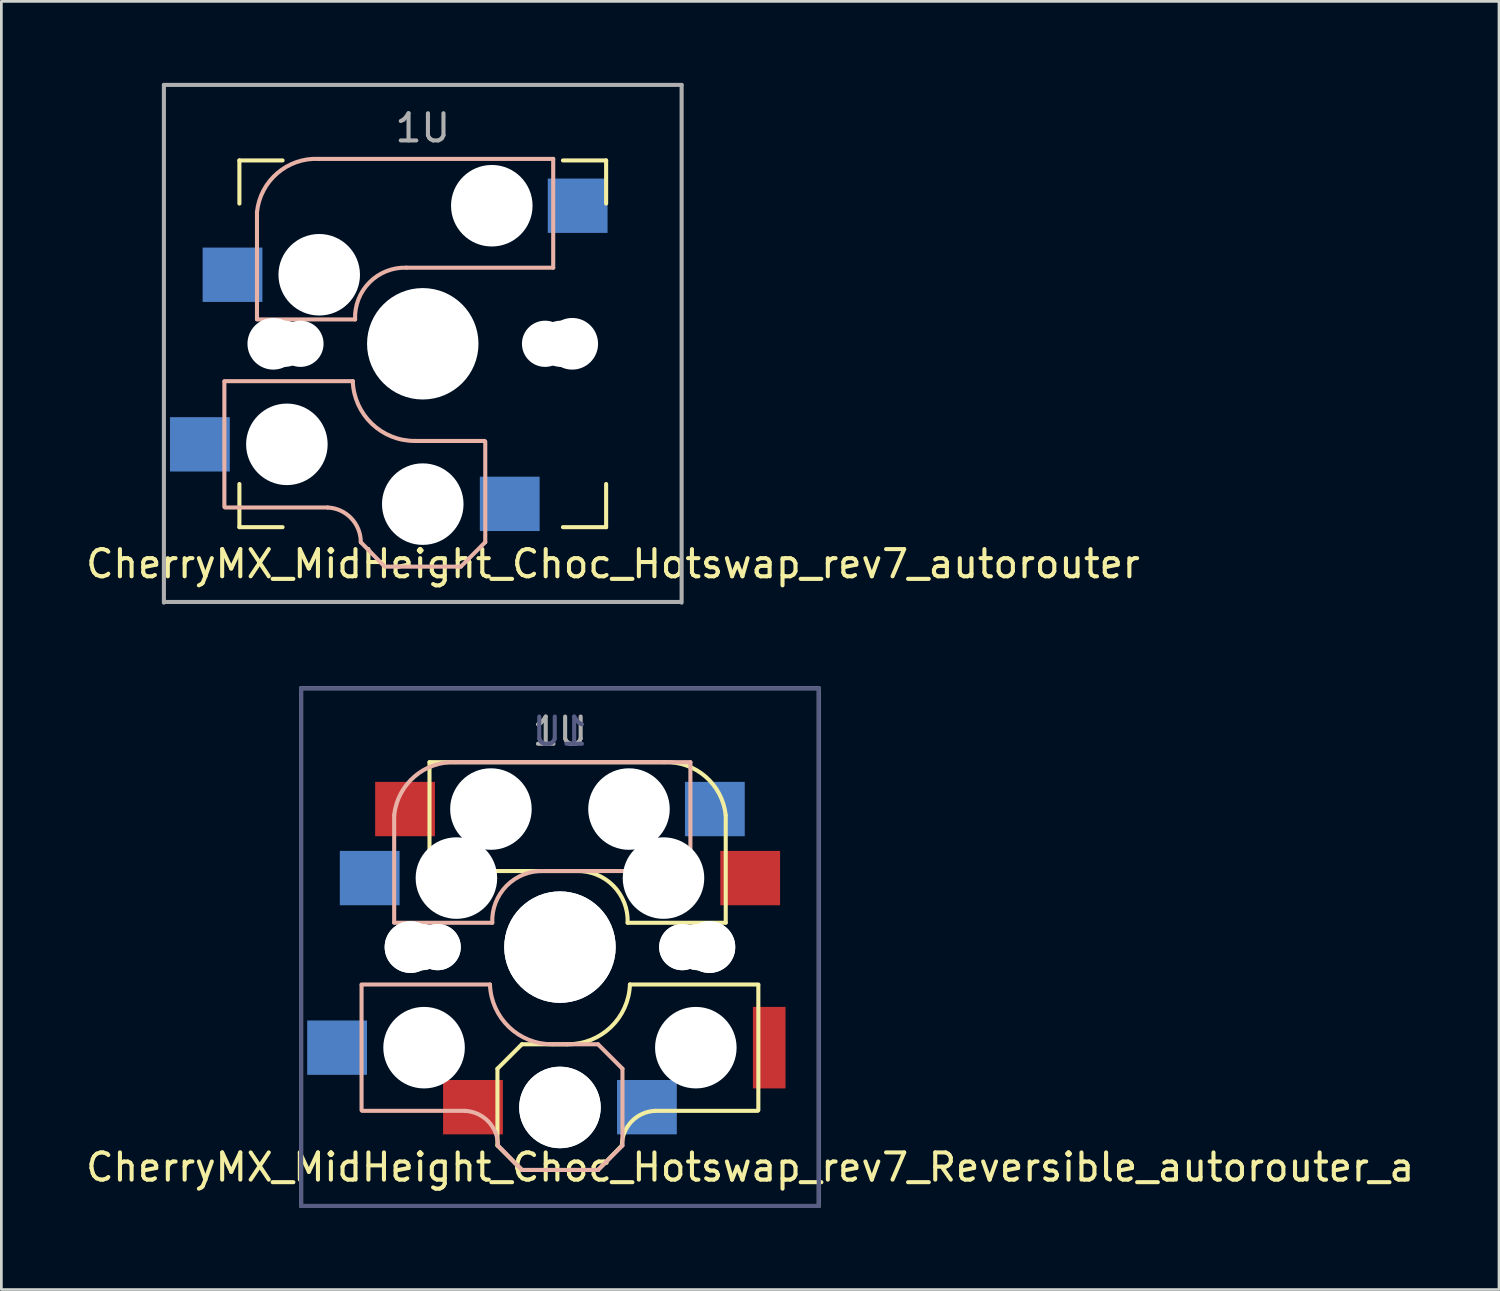
<source format=kicad_pcb>
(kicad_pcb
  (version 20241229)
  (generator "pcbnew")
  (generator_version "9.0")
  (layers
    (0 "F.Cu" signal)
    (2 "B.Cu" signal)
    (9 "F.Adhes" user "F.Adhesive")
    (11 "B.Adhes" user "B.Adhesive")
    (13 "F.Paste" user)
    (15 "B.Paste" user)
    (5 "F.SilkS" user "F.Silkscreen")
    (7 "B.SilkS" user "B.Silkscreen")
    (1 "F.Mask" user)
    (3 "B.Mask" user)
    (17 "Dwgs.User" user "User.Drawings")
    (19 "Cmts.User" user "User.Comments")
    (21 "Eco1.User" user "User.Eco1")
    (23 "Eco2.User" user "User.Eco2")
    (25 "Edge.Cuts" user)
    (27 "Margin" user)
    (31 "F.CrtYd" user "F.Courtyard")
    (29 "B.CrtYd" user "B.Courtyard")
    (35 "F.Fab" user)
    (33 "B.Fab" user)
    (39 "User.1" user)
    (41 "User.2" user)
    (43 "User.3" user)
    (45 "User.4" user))
  (footprint "CherryMX_MidHeight_Choc_Hotswap_rev7_Reversible_autorouter_a"
    (layer "F.Cu")
    (at 17.554 31.8)
    (property "Reference" "CherryMX_MidHeight_Choc_Hotswap_rev7_Reversible_autorouter_a" (at 7 8.1 0) (layer "F.SilkS") (effects (font (size 1 1) (thickness 0.15))))
    (fp_line (start -4.8 -6.804) (end 3.825 -6.804) (stroke (width 0.15) (type solid)) (layer "F.SilkS"))
    (fp_line (start -4.8 -2.8) (end -4.8 -6.804) (stroke (width 0.15) (type solid)) (layer "F.SilkS"))
    (fp_line (start -4.8 -2.8) (end 0.6 -2.8) (stroke (width 0.15) (type solid)) (layer "F.SilkS"))
    (fp_line (start -2.3 4.475) (end -2.3 7.3) (stroke (width 0.15) (type solid)) (layer "F.SilkS"))
    (fp_line (start -2.3 4.475) (end -1.4 3.575) (stroke (width 0.15) (type solid)) (layer "F.SilkS"))
    (fp_line (start -2.3 7.3) (end -1.4 8.2) (stroke (width 0.15) (type solid)) (layer "F.SilkS"))
    (fp_line (start -1.4 3.575) (end 0.275 3.575) (stroke (width 0.15) (type solid)) (layer "F.SilkS"))
    (fp_line (start -1.4 8.2) (end 1.4 8.2) (stroke (width 0.15) (type solid)) (layer "F.SilkS"))
    (fp_line (start 2.28 7.3) (end 1.4 8.2) (stroke (width 0.15) (type solid)) (layer "F.SilkS"))
    (fp_line (start 2.575 1.375) (end 7.3 1.375) (stroke (width 0.15) (type solid)) (layer "F.SilkS"))
    (fp_line (start 3.5 6.025) (end 7.275 6.025) (stroke (width 0.15) (type solid)) (layer "F.SilkS"))
    (fp_line (start 6.1 -4.85) (end 6.1 -0.905) (stroke (width 0.15) (type solid)) (layer "F.SilkS"))
    (fp_line (start 6.1 -0.896) (end 2.49 -0.896) (stroke (width 0.15) (type solid)) (layer "F.SilkS"))
    (fp_line (start 7.3 1.4) (end 7.3 6) (stroke (width 0.15) (type solid)) (layer "F.SilkS"))
    (fp_arc (start 0.6 -2.8) (mid 1.960305 -2.260251) (end 2.49 -0.896) (stroke (width 0.15) (type solid)) (layer "F.SilkS"))
    (fp_arc (start 2.28 7.3) (mid 2.633993 6.417536) (end 3.5 6.025) (stroke (width 0.15) (type solid)) (layer "F.SilkS"))
    (fp_arc (start 2.575 1.375) (mid 1.872559 2.942903) (end 0.275 3.575) (stroke (width 0.15) (type solid)) (layer "F.SilkS"))
    (fp_arc (start 3.825 -6.804) (mid 5.3507 -6.278973) (end 6.1 -4.85) (stroke (width 0.15) (type solid)) (layer "F.SilkS"))
    (fp_line (start -7.3 1.4) (end -7.3 6) (stroke (width 0.15) (type solid)) (layer "B.SilkS"))
    (fp_line (start -6.1 -4.85) (end -6.1 -0.905) (stroke (width 0.15) (type solid)) (layer "B.SilkS"))
    (fp_line (start -6.1 -0.896) (end -2.49 -0.896) (stroke (width 0.15) (type solid)) (layer "B.SilkS"))
    (fp_line (start -3.5 6.025) (end -7.275 6.025) (stroke (width 0.15) (type solid)) (layer "B.SilkS"))
    (fp_line (start -2.575 1.375) (end -7.3 1.375) (stroke (width 0.15) (type solid)) (layer "B.SilkS"))
    (fp_line (start -2.28 7.3) (end -1.4 8.2) (stroke (width 0.15) (type solid)) (layer "B.SilkS"))
    (fp_line (start 1.4 3.575) (end -0.275 3.575) (stroke (width 0.15) (type solid)) (layer "B.SilkS"))
    (fp_line (start 1.4 3.575) (end 2.3 4.475) (stroke (width 0.15) (type solid)) (layer "B.SilkS"))
    (fp_line (start 1.4 8.2) (end -1.4 8.2) (stroke (width 0.15) (type solid)) (layer "B.SilkS"))
    (fp_line (start 2.3 4.475) (end 2.3 7.3) (stroke (width 0.15) (type solid)) (layer "B.SilkS"))
    (fp_line (start 2.3 7.3) (end 1.4 8.2) (stroke (width 0.15) (type solid)) (layer "B.SilkS"))
    (fp_line (start 4.8 -6.804) (end -3.825 -6.804) (stroke (width 0.15) (type solid)) (layer "B.SilkS"))
    (fp_line (start 4.8 -2.8) (end -0.6 -2.8) (stroke (width 0.15) (type solid)) (layer "B.SilkS"))
    (fp_line (start 4.8 -2.8) (end 4.8 -6.804) (stroke (width 0.15) (type solid)) (layer "B.SilkS"))
    (fp_arc (start -6.1 -4.85) (mid -5.3507 -6.278973) (end -3.825 -6.804) (stroke (width 0.15) (type solid)) (layer "B.SilkS"))
    (fp_arc (start -3.5 6.025) (mid -2.633993 6.417536) (end -2.28 7.3) (stroke (width 0.15) (type solid)) (layer "B.SilkS"))
    (fp_arc (start -2.49 -0.896) (mid -1.960305 -2.260251) (end -0.6 -2.8) (stroke (width 0.15) (type solid)) (layer "B.SilkS"))
    (fp_arc (start -0.275 3.575) (mid -1.872559 2.942903) (end -2.575 1.375) (stroke (width 0.15) (type solid)) (layer "B.SilkS"))
    (fp_line (start -9.525 -9.525) (end -9.525 9.525) (stroke (width 0.15) (type solid)) (layer "B.Fab"))
    (fp_line (start -9.525 9.525) (end 9.525 9.525) (stroke (width 0.15) (type solid)) (layer "B.Fab"))
    (fp_line (start 9.525 -9.525) (end -9.525 -9.525) (stroke (width 0.15) (type solid)) (layer "B.Fab"))
    (fp_line (start 9.525 9.525) (end 9.525 -9.525) (stroke (width 0.15) (type solid)) (layer "B.Fab"))
    (fp_line (start -9.525 -9.525) (end 9.525 -9.525) (stroke (width 0.15) (type solid)) (layer "F.Fab"))
    (fp_line (start -9.525 9.525) (end -9.525 -9.525) (stroke (width 0.15) (type solid)) (layer "F.Fab"))
    (fp_line (start 9.525 -9.525) (end 9.525 9.525) (stroke (width 0.15) (type solid)) (layer "F.Fab"))
    (fp_line (start 9.525 9.525) (end -9.525 9.525) (stroke (width 0.15) (type solid)) (layer "F.Fab"))
    (fp_text user "1U" (at 0 -7.938 0) (layer "B.Fab") (effects (font (size 1 1) (thickness 0.15)) (justify mirror)))
    (fp_text user "1U" (at 0 -7.938 0) (layer "F.Fab") (effects (font (size 1 1) (thickness 0.15))))
    (pad "" np_thru_hole circle (at -5.5 0 90) (size 1.9 1.9) (drill 1.9) (layers "*.Cu" "*.Mask"))
    (pad "" np_thru_hole circle (at -5.5 0 270) (size 1.9 1.9) (drill 1.9) (layers "*.Cu" "*.Mask"))
    (pad "" np_thru_hole circle (at -5.08 0) (size 1.7 1.7) (drill 1.7) (layers "*.Cu" "*.Mask"))
    (pad "" np_thru_hole circle (at -5.08 0) (size 1.7 1.7) (drill 1.7) (layers "*.Cu" "*.Mask"))
    (pad "" np_thru_hole circle (at -5 3.7 90) (size 3 3) (drill 3) (layers "*.Cu" "*.Mask"))
    (pad "" np_thru_hole circle (at -4.5 0) (size 1.7 1.7) (drill 1.7) (layers "*.Cu" "*.Mask"))
    (pad "" np_thru_hole circle (at -4.5 0) (size 1.7 1.7) (drill 1.7) (layers "*.Cu" "*.Mask"))
    (pad "" np_thru_hole circle (at -3.81 -2.54 180) (size 3 3) (drill 3) (layers "*.Cu" "*.Mask"))
    (pad "" np_thru_hole circle (at -2.54 -5.08 180) (size 3 3) (drill 3) (layers "*.Cu" "*.Mask"))
    (pad "" np_thru_hole circle (at 0 0 90) (size 4.1 4.1) (drill 4.1) (layers "*.Cu" "*.Mask"))
    (pad "" np_thru_hole circle (at 0 0 270) (size 4.1 4.1) (drill 4.1) (layers "*.Cu" "*.Mask"))
    (pad "" np_thru_hole circle (at 0 5.9 90) (size 3 3) (drill 3) (layers "*.Cu" "*.Mask"))
    (pad "" np_thru_hole circle (at 0 5.9 270) (size 3 3) (drill 3) (layers "*.Cu" "*.Mask"))
    (pad "" np_thru_hole circle (at 2.54 -5.08 180) (size 3 3) (drill 3) (layers "*.Cu" "*.Mask"))
    (pad "" np_thru_hole circle (at 3.81 -2.54 180) (size 3 3) (drill 3) (layers "*.Cu" "*.Mask"))
    (pad "" np_thru_hole circle (at 4.5 0) (size 1.7 1.7) (drill 1.7) (layers "*.Cu" "*.Mask"))
    (pad "" np_thru_hole circle (at 4.5 0) (size 1.7 1.7) (drill 1.7) (layers "*.Cu" "*.Mask"))
    (pad "" np_thru_hole circle (at 5 3.7 270) (size 3 3) (drill 3) (layers "*.Cu" "*.Mask"))
    (pad "" np_thru_hole circle (at 5.08 0) (size 1.7 1.7) (drill 1.7) (layers "*.Cu" "*.Mask"))
    (pad "" np_thru_hole circle (at 5.08 0) (size 1.7 1.7) (drill 1.7) (layers "*.Cu" "*.Mask"))
    (pad "" np_thru_hole circle (at 5.5 0 270) (size 1.9 1.9) (drill 1.9) (layers "*.Cu" "*.Mask"))
    (pad "" np_thru_hole circle (at 5.5 0 90) (size 1.9 1.9) (drill 1.9) (layers "*.Cu" "*.Mask"))
    (pad "1" smd rect (at -8.2 3.7) (size 2.2 2) (layers "B.Cu" "B.Mask" "B.Paste"))
    (pad "1" smd rect (at -7 -2.54) (size 2.2 2) (layers "B.Cu" "B.Mask" "B.Paste"))
    (pad "1" smd rect (at 7 -2.54) (size 2.2 2) (layers "F.Cu" "F.Mask" "F.Paste"))
    (pad "1" smd rect (at 7.7 3.7) (size 1.2 3) (layers "F.Cu" "F.Mask" "F.Paste"))
    (pad "2" smd rect (at -5.7 -5.08) (size 2.2 2) (layers "F.Cu" "F.Mask" "F.Paste"))
    (pad "2" smd rect (at -3.2 5.89) (size 2.2 2) (layers "F.Cu" "F.Mask" "F.Paste"))
    (pad "2" smd rect (at 3.2 5.89) (size 2.2 2) (layers "B.Cu" "B.Mask" "B.Paste"))
    (pad "2" smd rect (at 5.7 -5.08) (size 2.2 2) (layers "B.Cu" "B.Mask" "B.Paste")))
  (footprint "CherryMX_MidHeight_Choc_Hotswap_rev7_autorouter"
    (layer "F.Cu")
    (at 12.506 9.6)
    (property "Reference" "CherryMX_MidHeight_Choc_Hotswap_rev7_autorouter" (at 7 8.1 0) (layer "F.SilkS") (effects (font (size 1 1) (thickness 0.15))))
    (fp_line (start -6.747 -6.747) (end -5.159 -6.747) (stroke (width 0.15) (type solid)) (layer "F.SilkS"))
    (fp_line (start -6.747 -5.159) (end -6.747 -6.747) (stroke (width 0.15) (type solid)) (layer "F.SilkS"))
    (fp_line (start -6.747 6.747) (end -6.747 5.159) (stroke (width 0.15) (type solid)) (layer "F.SilkS"))
    (fp_line (start -5.159 6.747) (end -6.747 6.747) (stroke (width 0.15) (type solid)) (layer "F.SilkS"))
    (fp_line (start 5.159 -6.747) (end 6.747 -6.747) (stroke (width 0.15) (type solid)) (layer "F.SilkS"))
    (fp_line (start 6.747 -6.747) (end 6.747 -5.159) (stroke (width 0.15) (type solid)) (layer "F.SilkS"))
    (fp_line (start 6.747 5.159) (end 6.747 6.747) (stroke (width 0.15) (type solid)) (layer "F.SilkS"))
    (fp_line (start 6.747 6.747) (end 5.159 6.747) (stroke (width 0.15) (type solid)) (layer "F.SilkS"))
    (fp_line (start -7.3 1.4) (end -7.3 6) (stroke (width 0.15) (type solid)) (layer "B.SilkS"))
    (fp_line (start -6.1 -4.85) (end -6.1 -0.905) (stroke (width 0.15) (type solid)) (layer "B.SilkS"))
    (fp_line (start -6.1 -0.896) (end -2.49 -0.896) (stroke (width 0.15) (type solid)) (layer "B.SilkS"))
    (fp_line (start -3.5 6.025) (end -7.275 6.025) (stroke (width 0.15) (type solid)) (layer "B.SilkS"))
    (fp_line (start -2.575 1.375) (end -7.3 1.375) (stroke (width 0.15) (type solid)) (layer "B.SilkS"))
    (fp_line (start -2.28 7.3) (end -1.4 8.2) (stroke (width 0.15) (type solid)) (layer "B.SilkS"))
    (fp_line (start 1.4 8.2) (end -1.4 8.2) (stroke (width 0.15) (type solid)) (layer "B.SilkS"))
    (fp_line (start 2.275 3.575) (end -0.275 3.575) (stroke (width 0.15) (type solid)) (layer "B.SilkS"))
    (fp_line (start 2.3 3.6) (end 2.3 7.3) (stroke (width 0.15) (type solid)) (layer "B.SilkS"))
    (fp_line (start 2.3 7.3) (end 1.4 8.2) (stroke (width 0.15) (type solid)) (layer "B.SilkS"))
    (fp_line (start 4.8 -6.804) (end -3.825 -6.804) (stroke (width 0.15) (type solid)) (layer "B.SilkS"))
    (fp_line (start 4.8 -2.8) (end -0.6 -2.8) (stroke (width 0.15) (type solid)) (layer "B.SilkS"))
    (fp_line (start 4.8 -2.8) (end 4.8 -6.804) (stroke (width 0.15) (type solid)) (layer "B.SilkS"))
    (fp_arc (start -6.1 -4.85) (mid -5.3507 -6.278973) (end -3.825 -6.804) (stroke (width 0.15) (type solid)) (layer "B.SilkS"))
    (fp_arc (start -3.5 6.025) (mid -2.633993 6.417536) (end -2.28 7.3) (stroke (width 0.15) (type solid)) (layer "B.SilkS"))
    (fp_arc (start -2.49 -0.896) (mid -1.960305 -2.260251) (end -0.6 -2.8) (stroke (width 0.15) (type solid)) (layer "B.SilkS"))
    (fp_arc (start -0.275 3.575) (mid -1.872559 2.942903) (end -2.575 1.375) (stroke (width 0.15) (type solid)) (layer "B.SilkS"))
    (fp_line (start -9.525 -9.525) (end 9.525 -9.525) (stroke (width 0.15) (type solid)) (layer "F.Fab"))
    (fp_line (start -9.525 9.525) (end -9.525 -9.525) (stroke (width 0.15) (type solid)) (layer "F.Fab"))
    (fp_line (start 9.5 9.5) (end -9.5 9.5) (stroke (width 0.15) (type solid)) (layer "F.Fab"))
    (fp_line (start 9.525 -9.525) (end 9.525 9.525) (stroke (width 0.15) (type solid)) (layer "F.Fab"))
    (fp_text user "1U" (at 0 -7.938 0) (layer "F.Fab") (effects (font (size 1 1) (thickness 0.15))))
    (pad "" np_thru_hole circle (at -5.5 0 90) (size 1.9 1.9) (drill 1.9) (layers "*.Cu" "*.Mask"))
    (pad "" np_thru_hole circle (at -5.08 0) (size 1.7 1.7) (drill 1.7) (layers "*.Cu" "*.Mask"))
    (pad "" np_thru_hole circle (at -5 3.7 90) (size 3 3) (drill 3) (layers "*.Cu" "*.Mask"))
    (pad "" np_thru_hole circle (at -4.5 0) (size 1.7 1.7) (drill 1.7) (layers "*.Cu" "*.Mask"))
    (pad "" np_thru_hole circle (at -3.81 -2.54 180) (size 3 3) (drill 3) (layers "*.Cu" "*.Mask"))
    (pad "" np_thru_hole circle (at 0 0 90) (size 4.1 4.1) (drill 4.1) (layers "*.Cu" "*.Mask"))
    (pad "" np_thru_hole circle (at 0 5.9 90) (size 3 3) (drill 3) (layers "*.Cu" "*.Mask"))
    (pad "" np_thru_hole circle (at 2.54 -5.08 180) (size 3 3) (drill 3) (layers "*.Cu" "*.Mask"))
    (pad "" np_thru_hole circle (at 4.5 0) (size 1.7 1.7) (drill 1.7) (layers "*.Cu" "*.Mask"))
    (pad "" np_thru_hole circle (at 5.08 0) (size 1.7 1.7) (drill 1.7) (layers "*.Cu" "*.Mask"))
    (pad "" np_thru_hole circle (at 5.5 0 90) (size 1.9 1.9) (drill 1.9) (layers "*.Cu" "*.Mask"))
    (pad "1" smd rect (at -8.2 3.7) (size 2.2 2) (layers "B.Cu" "B.Mask" "B.Paste"))
    (pad "1" smd rect (at -7 -2.54) (size 2.2 2) (layers "B.Cu" "B.Mask" "B.Paste"))
    (pad "2" smd rect (at 3.2 5.89) (size 2.2 2) (layers "B.Cu" "B.Mask" "B.Paste"))
    (pad "2" smd rect (at 5.7 -5.08) (size 2.2 2) (layers "B.Cu" "B.Mask" "B.Paste")))
  (gr_rect
    (start -3 -3)
    (end 52.107 44.4)
    (stroke (width 0.1) (type default))
    (fill no)
    (layer "Edge.Cuts")))
</source>
